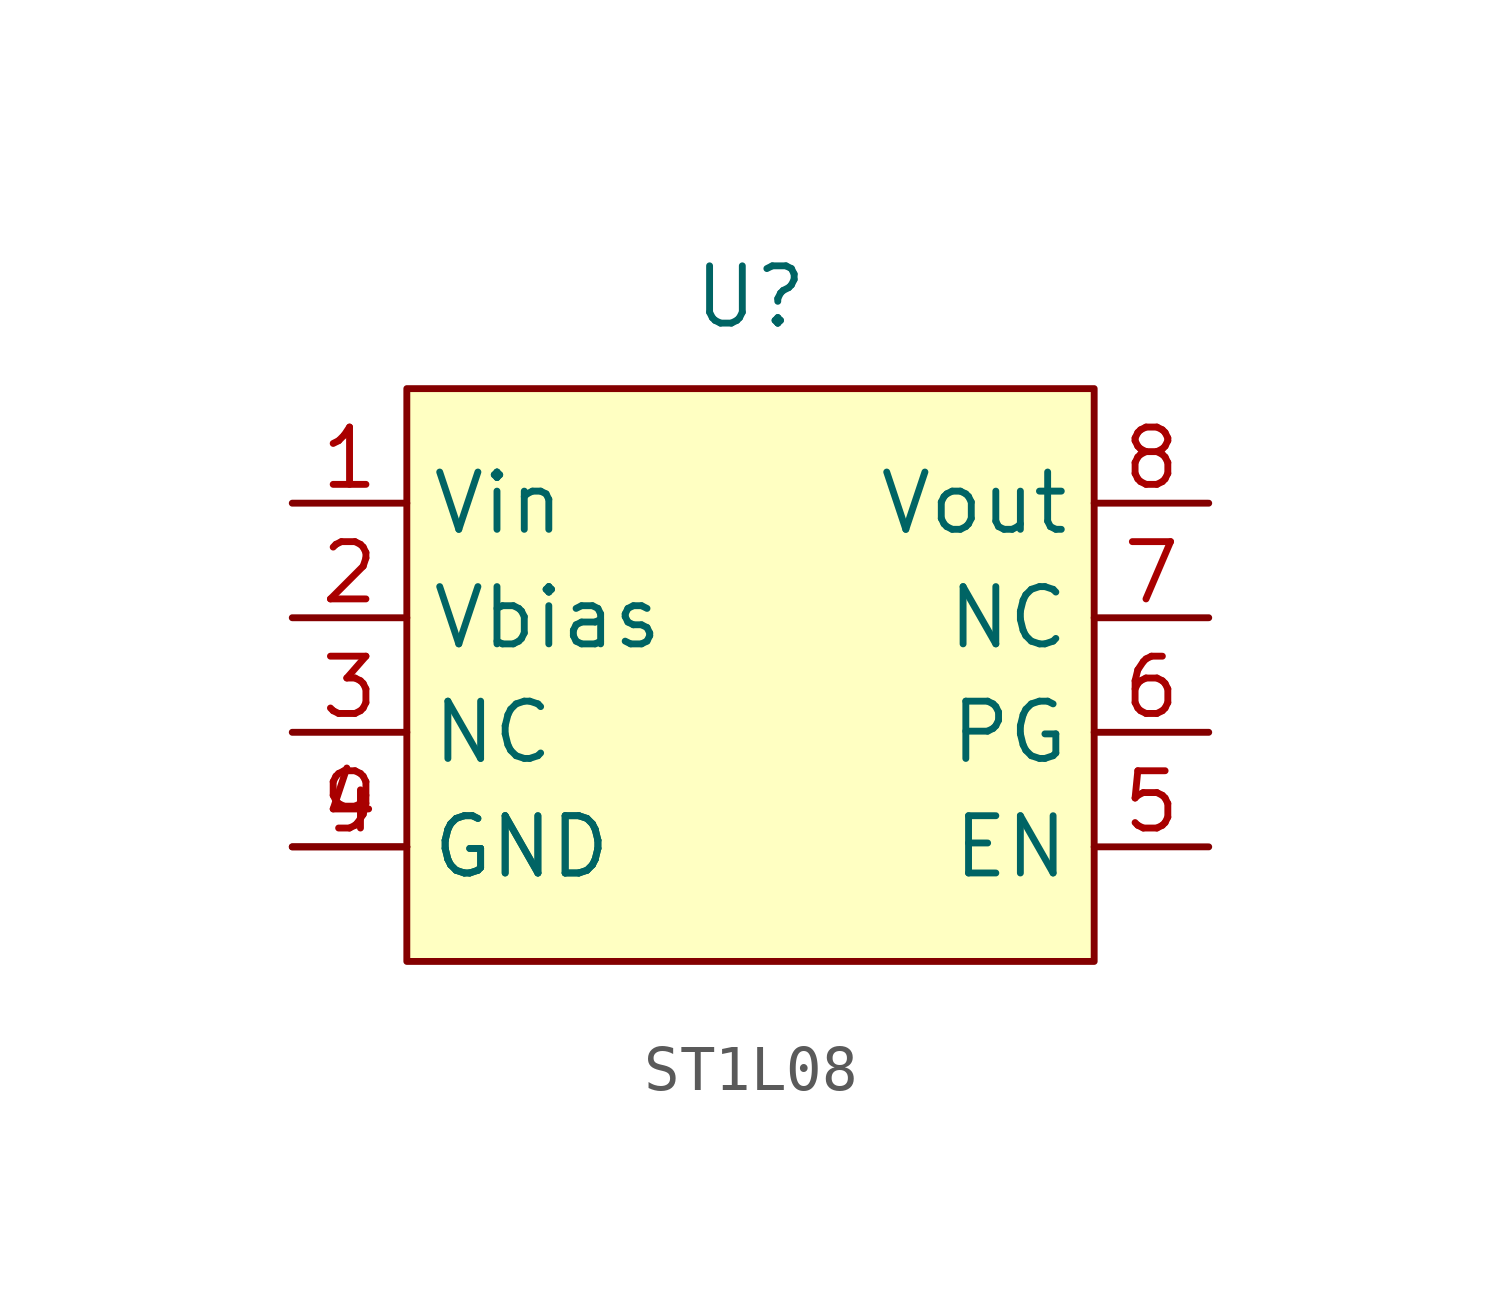
<source format=kicad_sym>
(kicad_symbol_lib
  (version 20241209)
  (generator "kicad_symbol_editor")
  (generator_version "9.0")
  (symbol "ST1L08"
    (property "Reference" "U"
      (at 0 8.382 0)
      (effects (font (size 1.27 1.27))))
    (property "Value" ""
      (at 0 0 0)
      (effects (font (size 1.27 1.27))))
    (symbol "ST1L08_1_1"
      (rectangle (start -7.62 6.35) (end 7.62 -6.35) (stroke (width 0) (type solid)) (fill (type background)))
      (pin power_in line (at -10.16 3.81 0) (length 2.54) (name "Vin" (effects (font (size 1.27 1.27)))) (number "1" (effects (font (size 1.27 1.27)))))
      (pin passive line (at -10.16 1.27 0) (length 2.54) (name "Vbias" (effects (font (size 1.27 1.27)))) (number "2" (effects (font (size 1.27 1.27)))))
      (pin passive line (at -10.16 -1.27 0) (length 2.54) (name "NC" (effects (font (size 1.27 1.27)))) (number "3" (effects (font (size 1.27 1.27)))))
      (pin power_in line (at -10.16 -3.81 0) (length 2.54) (name "GND" (effects (font (size 1.27 1.27)))) (number "4" (effects (font (size 1.27 1.27)))))
      (pin power_in line (at -10.16 -3.81 0) (length 2.54) (name "GND" (effects (font (size 1.27 1.27)))) (number "9" (effects (font (size 1.27 1.27)))))
      (pin power_out line (at 10.16 3.81 180) (length 2.54) (name "Vout" (effects (font (size 1.27 1.27)))) (number "8" (effects (font (size 1.27 1.27)))))
      (pin passive line (at 10.16 1.27 180) (length 2.54) (name "NC" (effects (font (size 1.27 1.27)))) (number "7" (effects (font (size 1.27 1.27)))))
      (pin passive line (at 10.16 -1.27 180) (length 2.54) (name "PG" (effects (font (size 1.27 1.27)))) (number "6" (effects (font (size 1.27 1.27)))))
      (pin passive line (at 10.16 -3.81 180) (length 2.54) (name "EN" (effects (font (size 1.27 1.27)))) (number "5" (effects (font (size 1.27 1.27))))))))
</source>
